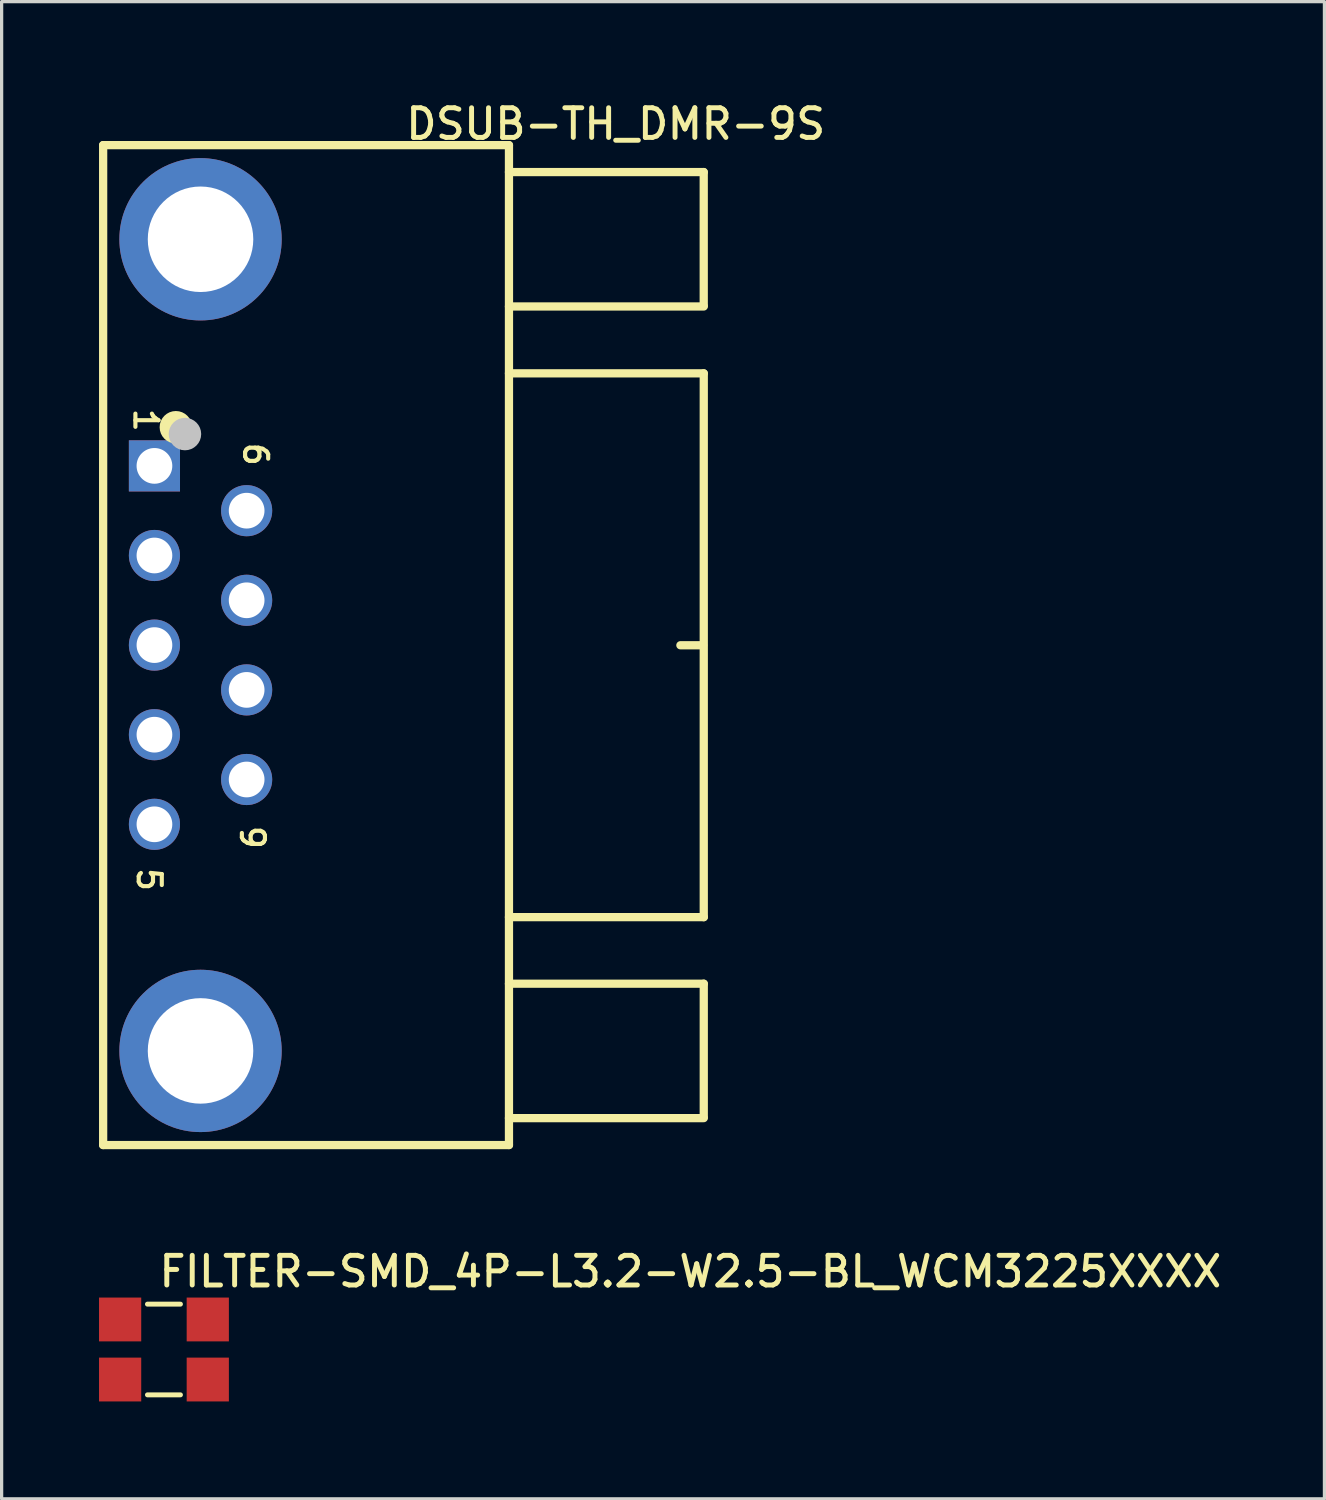
<source format=kicad_pcb>
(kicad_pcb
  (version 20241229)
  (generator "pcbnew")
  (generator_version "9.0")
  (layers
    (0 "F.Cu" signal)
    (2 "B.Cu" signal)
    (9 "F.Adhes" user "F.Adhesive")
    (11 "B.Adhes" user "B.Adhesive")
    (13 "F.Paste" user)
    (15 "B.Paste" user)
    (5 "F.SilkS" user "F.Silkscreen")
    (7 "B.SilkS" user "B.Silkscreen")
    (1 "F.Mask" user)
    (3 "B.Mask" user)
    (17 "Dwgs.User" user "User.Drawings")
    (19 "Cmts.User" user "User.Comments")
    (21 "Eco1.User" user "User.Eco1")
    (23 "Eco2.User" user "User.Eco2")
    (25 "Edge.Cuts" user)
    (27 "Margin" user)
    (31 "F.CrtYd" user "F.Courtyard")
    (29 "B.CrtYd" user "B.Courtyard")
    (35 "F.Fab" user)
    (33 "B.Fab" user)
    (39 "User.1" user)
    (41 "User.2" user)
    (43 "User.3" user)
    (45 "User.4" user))
  (footprint "FILTER-SMD_4P-L3.2-W2.5-BL_WCM3225XXXX"
    (layer "F.Cu")
    (at 2 38.517)
    (property "Reference" "FILTER-SMD_4P-L3.2-W2.5-BL_WCM3225XXXX" (at -0.23 -2.937 0) (layer "F.SilkS") (effects (font (size 0.914 0.914) (thickness 0.152)) (justify left top)))
    (fp_line (start -0.508 -1.397) (end 0.508 -1.397) (stroke (width 0.152) (type default)) (layer "F.SilkS"))
    (fp_line (start 0.508 1.397) (end -0.508 1.397) (stroke (width 0.152) (type default)) (layer "F.SilkS"))
    (fp_circle (center -1.6 1.25) (end -1.57 1.25) (stroke (width 0.06) (type default)) (fill no) (layer "User.5"))
    (pad "1" smd rect (at -1.35 0.925) (size 1.3 1.35) (layers "F.Cu" "F.Mask" "F.Paste"))
    (pad "2" smd rect (at 1.35 0.925) (size 1.3 1.35) (layers "F.Cu" "F.Mask" "F.Paste"))
    (pad "3" smd rect (at 1.35 -0.925) (size 1.3 1.35) (layers "F.Cu" "F.Mask" "F.Paste"))
    (pad "4" smd rect (at -1.35 -0.925) (size 1.3 1.35) (layers "F.Cu" "F.Mask" "F.Paste"))
    (zone (net_name "") (layer "User.3") (hatch edge 0.5) (priority 100) (connect_pads yes) (min_thickness 0) (filled_areas_thickness no) (fill yes) (polygon (pts (xy 0.4 39.737) (xy 0.4 37.237) (xy 3.6 37.237) (xy 3.6 39.737))) (filled_polygon (layer "User.3") (island) (pts (xy 0.4 39.737) (xy 0.4 37.237) (xy 3.6 37.237) (xy 3.6 39.737))))
    (zone (net_name "") (layer "User.4") (hatch edge 0.5) (priority 100) (connect_pads yes) (min_thickness 0) (filled_areas_thickness no) (fill yes) (polygon (pts (xy 0.4 37.237) (xy 1.2 37.237) (xy 1.2 38.137) (xy 0.4 38.137))) (filled_polygon (layer "User.4") (island) (pts (xy 0.4 37.237) (xy 1.2 37.237) (xy 1.2 38.137) (xy 0.4 38.137))))
    (zone (net_name "") (layer "User.4") (hatch edge 0.5) (priority 100) (connect_pads yes) (min_thickness 0) (filled_areas_thickness no) (fill yes) (polygon (pts (xy 1.2 39.737) (xy 0.4 39.737) (xy 0.4 38.837) (xy 1.2 38.837))) (filled_polygon (layer "User.4") (island) (pts (xy 1.2 39.737) (xy 0.4 39.737) (xy 0.4 38.837) (xy 1.2 38.837))))
    (zone (net_name "") (layer "User.4") (hatch edge 0.5) (priority 100) (connect_pads yes) (min_thickness 0) (filled_areas_thickness no) (fill yes) (polygon (pts (xy 2.8 37.237) (xy 3.6 37.237) (xy 3.6 38.137) (xy 2.8 38.137))) (filled_polygon (layer "User.4") (island) (pts (xy 2.8 37.237) (xy 3.6 37.237) (xy 3.6 38.137) (xy 2.8 38.137))))
    (zone (net_name "") (layer "User.4") (hatch edge 0.5) (priority 100) (connect_pads yes) (min_thickness 0) (filled_areas_thickness no) (fill yes) (polygon (pts (xy 2.8 38.837) (xy 3.6 38.837) (xy 3.6 39.737) (xy 2.8 39.737))) (filled_polygon (layer "User.4") (island) (pts (xy 2.8 38.837) (xy 3.6 38.837) (xy 3.6 39.737) (xy 2.8 39.737)))))
  (footprint "DSUB-TH_DMR-9S"
    (layer "F.Cu")
    (at 3.127 16.82)
    (property "Reference" "DSUB-TH_DMR-9S" (at 6.246 -16.587 0) (layer "F.SilkS") (effects (font (size 0.914 0.914) (thickness 0.152)) (justify left top)))
    (fp_line (start -3 -15.4) (end 9.5 -15.4) (stroke (width 0.254) (type default)) (layer "F.SilkS"))
    (fp_line (start -3 15.4) (end -3 -15.4) (stroke (width 0.254) (type default)) (layer "F.SilkS"))
    (fp_line (start 9.5 -14.57) (end 15.499 -14.57) (stroke (width 0.254) (type default)) (layer "F.SilkS"))
    (fp_line (start 9.5 -15.4) (end 9.5 15.4) (stroke (width 0.254) (type default)) (layer "F.SilkS"))
    (fp_line (start 9.5 -10.43) (end 15.5 -10.43) (stroke (width 0.254) (type default)) (layer "F.SilkS"))
    (fp_line (start 9.5 -8.37) (end 15.5 -8.37) (stroke (width 0.254) (type default)) (layer "F.SilkS"))
    (fp_line (start 9.5 14.57) (end 15.5 14.57) (stroke (width 0.254) (type default)) (layer "F.SilkS"))
    (fp_line (start 9.5 15.4) (end -3 15.4) (stroke (width 0.254) (type default)) (layer "F.SilkS"))
    (fp_line (start 14.78 0.005) (end 15.48 0.005) (stroke (width 0.254) (type default)) (layer "F.SilkS"))
    (fp_line (start 15.499 -14.57) (end 15.499 -10.46) (stroke (width 0.254) (type default)) (layer "F.SilkS"))
    (fp_line (start 15.5 -8.37) (end 15.5 8.38) (stroke (width 0.254) (type default)) (layer "F.SilkS"))
    (fp_line (start 15.5 8.38) (end 9.5 8.38) (stroke (width 0.254) (type default)) (layer "F.SilkS"))
    (fp_line (start 15.5 10.43) (end 9.5 10.43) (stroke (width 0.254) (type default)) (layer "F.SilkS"))
    (fp_line (start 15.5 14.54) (end 15.5 10.43) (stroke (width 0.254) (type default)) (layer "F.SilkS"))
    (fp_circle (center -0.76 -6.71) (end -1.01 -6.71) (stroke (width 0.5) (type default)) (fill no) (layer "F.SilkS"))
    (fp_circle (center -0.48 -6.5) (end -0.73 -6.5) (stroke (width 0.5) (type default)) (fill no) (layer "Dwgs.User"))
    (fp_circle (center -1.42 -5.52) (end -1.57 -5.52) (stroke (width 0.3) (type default)) (fill no) (layer "User.4"))
    (fp_circle (center -1.42 -2.76) (end -1.57 -2.76) (stroke (width 0.3) (type default)) (fill no) (layer "User.4"))
    (fp_circle (center -1.42 0) (end -1.57 0) (stroke (width 0.3) (type default)) (fill no) (layer "User.4"))
    (fp_circle (center -1.42 2.76) (end -1.57 2.76) (stroke (width 0.3) (type default)) (fill no) (layer "User.4"))
    (fp_circle (center -1.42 5.52) (end -1.57 5.52) (stroke (width 0.3) (type default)) (fill no) (layer "User.4"))
    (fp_circle (center 1.42 -4.14) (end 1.27 -4.14) (stroke (width 0.3) (type default)) (fill no) (layer "User.4"))
    (fp_circle (center 1.42 -1.38) (end 1.27 -1.38) (stroke (width 0.3) (type default)) (fill no) (layer "User.4"))
    (fp_circle (center 1.42 1.38) (end 1.27 1.38) (stroke (width 0.3) (type default)) (fill no) (layer "User.4"))
    (fp_circle (center 1.42 4.14) (end 1.27 4.14) (stroke (width 0.3) (type default)) (fill no) (layer "User.4"))
    (fp_circle (center -2.75 -15.41) (end -2.78 -15.41) (stroke (width 0.06) (type default)) (fill no) (layer "User.5"))
    (fp_text user "1" (at -1.268 -7.349 270) (unlocked yes) (layer "F.SilkS") (effects (font (size 0.711 0.711) (thickness 0.127)) (justify left top)))
    (fp_text user "5" (at -1.166 6.799 270) (unlocked yes) (layer "F.SilkS") (effects (font (size 0.711 0.711) (thickness 0.127)) (justify left top)))
    (fp_text user "9" (at 2.011 5.5 270) (unlocked yes) (layer "F.SilkS") (effects (font (size 0.711 0.711) (thickness 0.127)) (justify left top)))
    (fp_text user "6" (at 2.111 -6.3 270) (unlocked yes) (layer "F.SilkS") (effects (font (size 0.711 0.711) (thickness 0.127)) (justify left top)))
    (pad "1" thru_hole rect (at -1.42 -5.52 90) (size 1.575 1.575) (drill 1.1) (layers "*.Cu" "*.Mask"))
    (pad "2" thru_hole oval (at -1.42 -2.76 90) (size 1.575 1.575) (drill 1.1) (layers "*.Cu" "*.Mask"))
    (pad "3" thru_hole oval (at -1.42 0 90) (size 1.575 1.575) (drill 1.1) (layers "*.Cu" "*.Mask"))
    (pad "4" thru_hole oval (at -1.42 2.76 90) (size 1.575 1.575) (drill 1.1) (layers "*.Cu" "*.Mask"))
    (pad "5" thru_hole oval (at -1.42 5.52 90) (size 1.575 1.575) (drill 1.1) (layers "*.Cu" "*.Mask"))
    (pad "6" thru_hole oval (at 1.42 -4.14 90) (size 1.575 1.575) (drill 1.1) (layers "*.Cu" "*.Mask"))
    (pad "7" thru_hole oval (at 1.42 -1.38 90) (size 1.575 1.575) (drill 1.1) (layers "*.Cu" "*.Mask"))
    (pad "8" thru_hole oval (at 1.42 1.38 90) (size 1.575 1.575) (drill 1.1) (layers "*.Cu" "*.Mask"))
    (pad "9" thru_hole oval (at 1.42 4.14 90) (size 1.575 1.575) (drill 1.1) (layers "*.Cu" "*.Mask"))
    (pad "10" thru_hole oval (at -0.0003 -12.5 90) (size 5 5) (drill 3.25) (layers "*.Cu" "*.Mask"))
    (pad "11" thru_hole oval (at -0.0003 12.5 90) (size 5 5) (drill 3.25) (layers "*.Cu" "*.Mask"))
    (zone (net_name "") (layer "User.3") (hatch edge 0.5) (priority 100) (connect_pads yes) (min_thickness 0) (filled_areas_thickness no) (fill yes) (polygon (pts (xy 0.117 32.19) (xy 17.217 32.19) (xy 17.217 27.11) (xy 16.847 26.6) (xy 12.427 26.57) (arc (start 12.427 25.959772) (mid 12.447224 25.858137) (end 12.5048 25.771972)) (arc (start 12.677 25.599772) (mid 12.754538 25.547963) (end 12.846 25.529772)) (xy 13.127 25.53) (arc (start 18.357 24.959772) (mid 18.477124 24.935878) (end 18.5789 24.867772)) (xy 18.617 24.83) (xy 18.627 24.806) (xy 18.627 24.63) (arc (start 18.627 8.908772) (mid 18.608813 8.817305) (end 18.557 8.739772)) (arc (start 18.557 8.739772) (mid 18.446204 8.665716) (end 18.3155 8.639772)) (xy 18.257 8.64) (arc (start 12.827 8.079772) (mid 12.73462 8.061397) (end 12.6563 8.009072)) (xy 12.507 7.86) (arc (start 12.4848 7.837572) (mid 12.427227 7.751409) (end 12.407 7.649772)) (xy 12.407 7.03) (xy 12.431 7.04) (xy 16.857 7.04) (xy 17.227 6.51) (xy 17.207 2.11) (xy 16.847 1.6) (xy 12.417 1.61) (xy 12.427 1.41) (xy 0.127 1.42))) (filled_polygon (layer "User.3") (island) (pts (xy 0.117 32.19) (xy 17.217 32.19) (xy 17.217 27.11) (xy 16.847 26.6) (xy 12.427 26.57) (arc (start 12.427 25.959772) (mid 12.447224 25.858137) (end 12.5048 25.771972)) (arc (start 12.677 25.599772) (mid 12.754538 25.547963) (end 12.846 25.529772)) (xy 13.127 25.53) (arc (start 18.357 24.959772) (mid 18.477124 24.935878) (end 18.5789 24.867772)) (xy 18.617 24.83) (xy 18.627 24.806) (xy 18.627 24.63) (arc (start 18.627 8.908772) (mid 18.608813 8.817305) (end 18.557 8.739772)) (arc (start 18.557 8.739772) (mid 18.446204 8.665716) (end 18.3155 8.639772)) (xy 18.257 8.64) (arc (start 12.827 8.079772) (mid 12.73462 8.061397) (end 12.6563 8.009072)) (xy 12.507 7.86) (arc (start 12.4848 7.837572) (mid 12.427227 7.751409) (end 12.407 7.649772)) (xy 12.407 7.03) (xy 12.431 7.04) (xy 16.857 7.04) (xy 17.227 6.51) (xy 17.207 2.11) (xy 16.847 1.6) (xy 12.417 1.61) (xy 12.427 1.41) (xy 0.127 1.42)))))
  (gr_rect
    (start -3 -3)
    (end 37.745 43.117)
    (stroke (width 0.1) (type default))
    (fill no)
    (layer "Edge.Cuts")))
</source>
